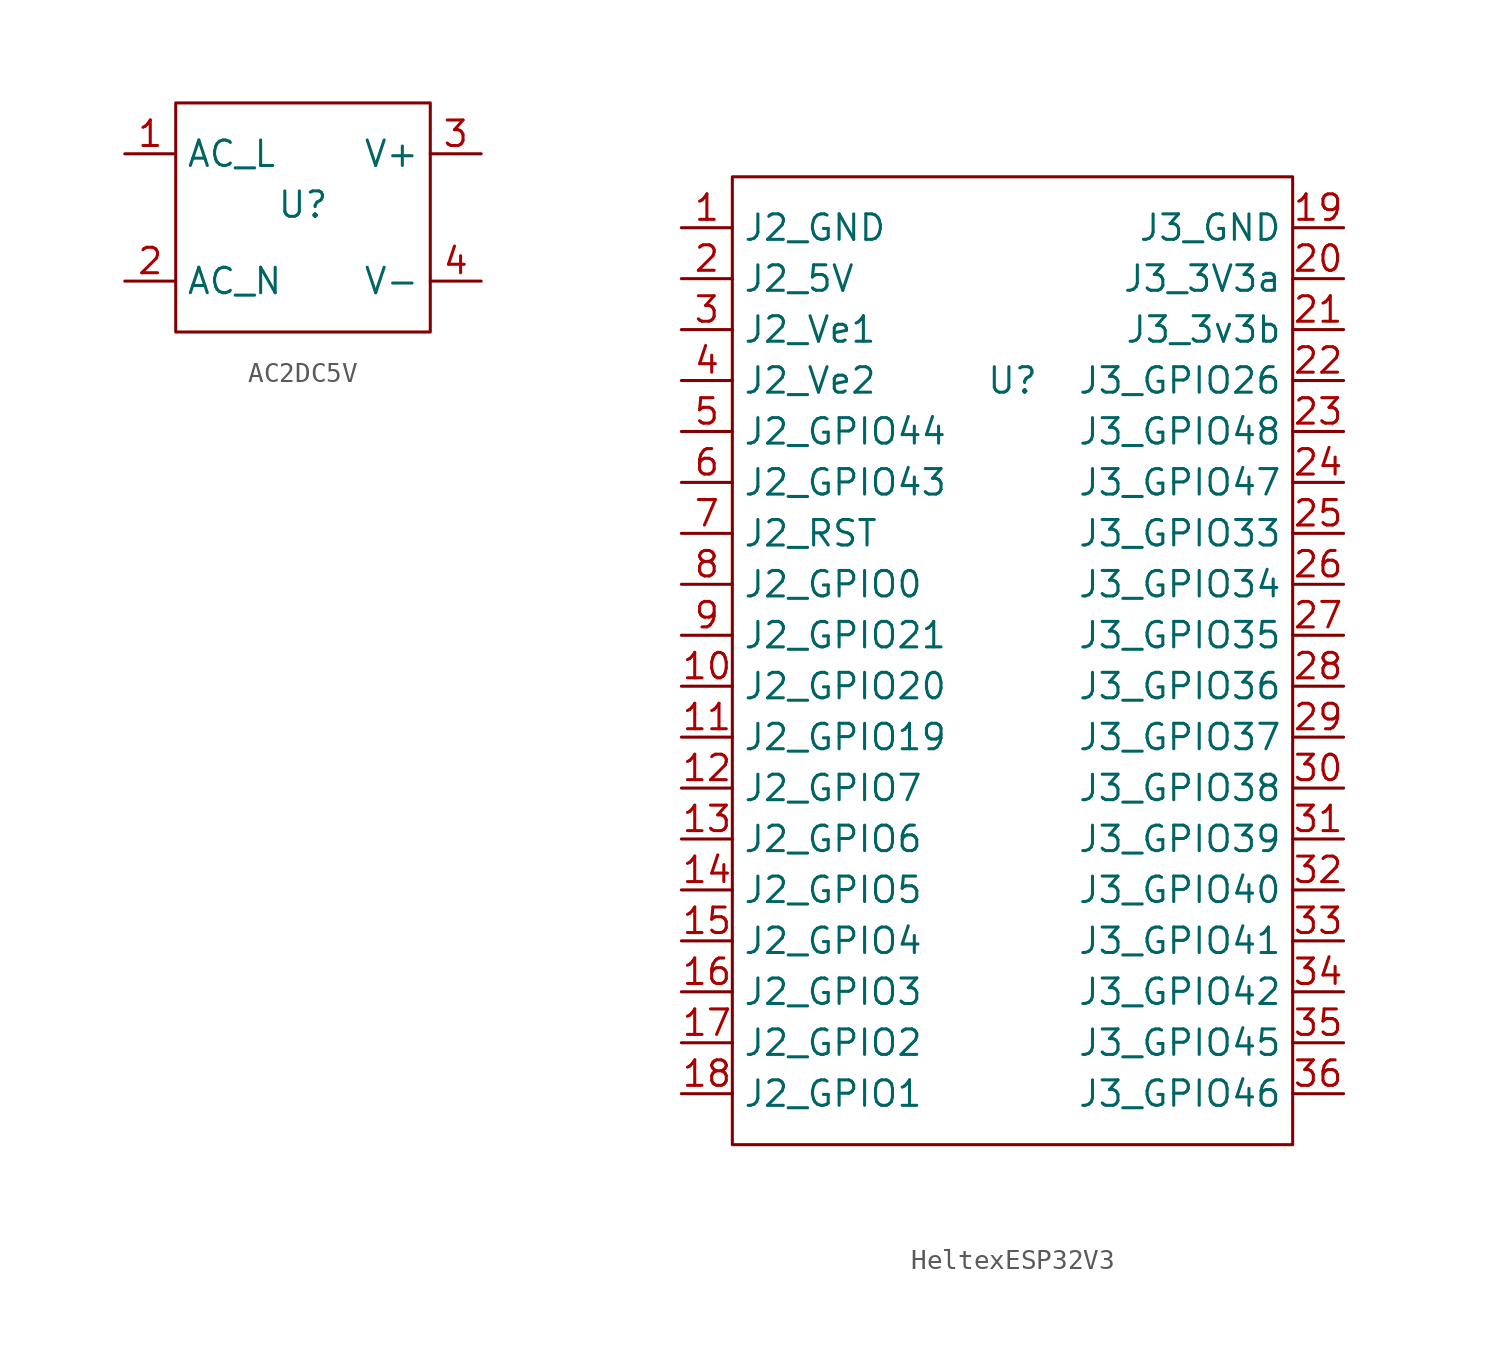
<source format=kicad_sym>
(kicad_symbol_lib
  (version 20241209)
  (generator "kicad_symbol_editor")
  (generator_version "9.0")
  (symbol "AC2DC5V"
    (property "Reference" "U"
      (at 0 0 0)
      (effects (font (size 1.27 1.27))))
    (property "Value" ""
      (at 0 0 0)
      (effects (font (size 1.27 1.27))))
    (symbol "AC2DC5V_0_1"
      (rectangle (start -6.35 5.08) (end 6.35 -6.35) (stroke (width 0) (type default)) (fill (type none))))
    (symbol "AC2DC5V_1_1"
      (pin input line (at -8.89 2.54 0) (length 2.54) (name "AC_L" (effects (font (size 1.27 1.27)))) (number "1" (effects (font (size 1.27 1.27)))))
      (pin output line (at -8.89 -3.81 0) (length 2.54) (name "AC_N" (effects (font (size 1.27 1.27)))) (number "2" (effects (font (size 1.27 1.27)))))
      (pin output line (at 8.89 2.54 180) (length 2.54) (name "V+" (effects (font (size 1.27 1.27)))) (number "3" (effects (font (size 1.27 1.27)))))
      (pin input line (at 8.89 -3.81 180) (length 2.54) (name "V-" (effects (font (size 1.27 1.27)))) (number "4" (effects (font (size 1.27 1.27)))))))
  (symbol "HeltexESP32V3"
    (property "Reference" "U"
      (at 0 13.97 0)
      (effects (font (size 1.27 1.27))))
    (property "Value" ""
      (at 0 0 0)
      (effects (font (size 1.27 1.27))))
    (symbol "HeltexESP32V3_0_0"
      (pin bidirectional line (at -16.51 21.59 0) (length 2.54) (name "J2_GND" (effects (font (size 1.27 1.27)))) (number "1" (effects (font (size 1.27 1.27)))))
      (pin bidirectional line (at -16.51 19.05 0) (length 2.54) (name "J2_5V" (effects (font (size 1.27 1.27)))) (number "2" (effects (font (size 1.27 1.27)))))
      (pin bidirectional line (at -16.51 16.51 0) (length 2.54) (name "J2_Ve1" (effects (font (size 1.27 1.27)))) (number "3" (effects (font (size 1.27 1.27)))))
      (pin bidirectional line (at -16.51 13.97 0) (length 2.54) (name "J2_Ve2" (effects (font (size 1.27 1.27)))) (number "4" (effects (font (size 1.27 1.27)))))
      (pin bidirectional line (at -16.51 11.43 0) (length 2.54) (name "J2_GPIO44" (effects (font (size 1.27 1.27)))) (number "5" (effects (font (size 1.27 1.27)))))
      (pin bidirectional line (at -16.51 8.89 0) (length 2.54) (name "J2_GPIO43" (effects (font (size 1.27 1.27)))) (number "6" (effects (font (size 1.27 1.27)))))
      (pin bidirectional line (at -16.51 6.35 0) (length 2.54) (name "J2_RST" (effects (font (size 1.27 1.27)))) (number "7" (effects (font (size 1.27 1.27)))))
      (pin bidirectional line (at -16.51 3.81 0) (length 2.54) (name "J2_GPIO0" (effects (font (size 1.27 1.27)))) (number "8" (effects (font (size 1.27 1.27)))))
      (pin bidirectional line (at -16.51 1.27 0) (length 2.54) (name "J2_GPIO21" (effects (font (size 1.27 1.27)))) (number "9" (effects (font (size 1.27 1.27)))))
      (pin bidirectional line (at -16.51 -1.27 0) (length 2.54) (name "J2_GPIO20" (effects (font (size 1.27 1.27)))) (number "10" (effects (font (size 1.27 1.27)))))
      (pin bidirectional line (at -16.51 -3.81 0) (length 2.54) (name "J2_GPIO19" (effects (font (size 1.27 1.27)))) (number "11" (effects (font (size 1.27 1.27)))))
      (pin bidirectional line (at -16.51 -6.35 0) (length 2.54) (name "J2_GPIO7" (effects (font (size 1.27 1.27)))) (number "12" (effects (font (size 1.27 1.27)))))
      (pin bidirectional line (at -16.51 -8.89 0) (length 2.54) (name "J2_GPIO6" (effects (font (size 1.27 1.27)))) (number "13" (effects (font (size 1.27 1.27)))))
      (pin bidirectional line (at -16.51 -11.43 0) (length 2.54) (name "J2_GPIO5" (effects (font (size 1.27 1.27)))) (number "14" (effects (font (size 1.27 1.27)))))
      (pin bidirectional line (at -16.51 -13.97 0) (length 2.54) (name "J2_GPIO4" (effects (font (size 1.27 1.27)))) (number "15" (effects (font (size 1.27 1.27)))))
      (pin bidirectional line (at -16.51 -16.51 0) (length 2.54) (name "J2_GPIO3" (effects (font (size 1.27 1.27)))) (number "16" (effects (font (size 1.27 1.27)))))
      (pin bidirectional line (at -16.51 -19.05 0) (length 2.54) (name "J2_GPIO2" (effects (font (size 1.27 1.27)))) (number "17" (effects (font (size 1.27 1.27)))))
      (pin bidirectional line (at -16.51 -21.59 0) (length 2.54) (name "J2_GPIO1" (effects (font (size 1.27 1.27)))) (number "18" (effects (font (size 1.27 1.27)))))
      (pin bidirectional line (at 16.51 21.59 180) (length 2.54) (name "J3_GND" (effects (font (size 1.27 1.27)))) (number "19" (effects (font (size 1.27 1.27)))))
      (pin bidirectional line (at 16.51 19.05 180) (length 2.54) (name "J3_3V3a" (effects (font (size 1.27 1.27)))) (number "20" (effects (font (size 1.27 1.27)))))
      (pin bidirectional line (at 16.51 16.51 180) (length 2.54) (name "J3_3v3b" (effects (font (size 1.27 1.27)))) (number "21" (effects (font (size 1.27 1.27)))))
      (pin bidirectional line (at 16.51 13.97 180) (length 2.54) (name "J3_GPIO26" (effects (font (size 1.27 1.27)))) (number "22" (effects (font (size 1.27 1.27)))))
      (pin bidirectional line (at 16.51 11.43 180) (length 2.54) (name "J3_GPIO48" (effects (font (size 1.27 1.27)))) (number "23" (effects (font (size 1.27 1.27)))))
      (pin bidirectional line (at 16.51 8.89 180) (length 2.54) (name "J3_GPIO47" (effects (font (size 1.27 1.27)))) (number "24" (effects (font (size 1.27 1.27)))))
      (pin bidirectional line (at 16.51 6.35 180) (length 2.54) (name "J3_GPIO33" (effects (font (size 1.27 1.27)))) (number "25" (effects (font (size 1.27 1.27)))))
      (pin bidirectional line (at 16.51 3.81 180) (length 2.54) (name "J3_GPIO34" (effects (font (size 1.27 1.27)))) (number "26" (effects (font (size 1.27 1.27)))))
      (pin bidirectional line (at 16.51 1.27 180) (length 2.54) (name "J3_GPIO35" (effects (font (size 1.27 1.27)))) (number "27" (effects (font (size 1.27 1.27)))))
      (pin bidirectional line (at 16.51 -1.27 180) (length 2.54) (name "J3_GPIO36" (effects (font (size 1.27 1.27)))) (number "28" (effects (font (size 1.27 1.27)))))
      (pin bidirectional line (at 16.51 -3.81 180) (length 2.54) (name "J3_GPIO37" (effects (font (size 1.27 1.27)))) (number "29" (effects (font (size 1.27 1.27)))))
      (pin bidirectional line (at 16.51 -6.35 180) (length 2.54) (name "J3_GPIO38" (effects (font (size 1.27 1.27)))) (number "30" (effects (font (size 1.27 1.27)))))
      (pin bidirectional line (at 16.51 -8.89 180) (length 2.54) (name "J3_GPIO39" (effects (font (size 1.27 1.27)))) (number "31" (effects (font (size 1.27 1.27)))))
      (pin bidirectional line (at 16.51 -11.43 180) (length 2.54) (name "J3_GPIO40" (effects (font (size 1.27 1.27)))) (number "32" (effects (font (size 1.27 1.27)))))
      (pin bidirectional line (at 16.51 -13.97 180) (length 2.54) (name "J3_GPIO41" (effects (font (size 1.27 1.27)))) (number "33" (effects (font (size 1.27 1.27)))))
      (pin bidirectional line (at 16.51 -16.51 180) (length 2.54) (name "J3_GPIO42" (effects (font (size 1.27 1.27)))) (number "34" (effects (font (size 1.27 1.27)))))
      (pin bidirectional line (at 16.51 -19.05 180) (length 2.54) (name "J3_GPIO45" (effects (font (size 1.27 1.27)))) (number "35" (effects (font (size 1.27 1.27)))))
      (pin bidirectional line (at 16.51 -21.59 180) (length 2.54) (name "J3_GPIO46" (effects (font (size 1.27 1.27)))) (number "36" (effects (font (size 1.27 1.27))))))
    (symbol "HeltexESP32V3_0_1"
      (rectangle (start -13.97 24.13) (end 13.97 -24.13) (stroke (width 0) (type default)) (fill (type none))))))
</source>
